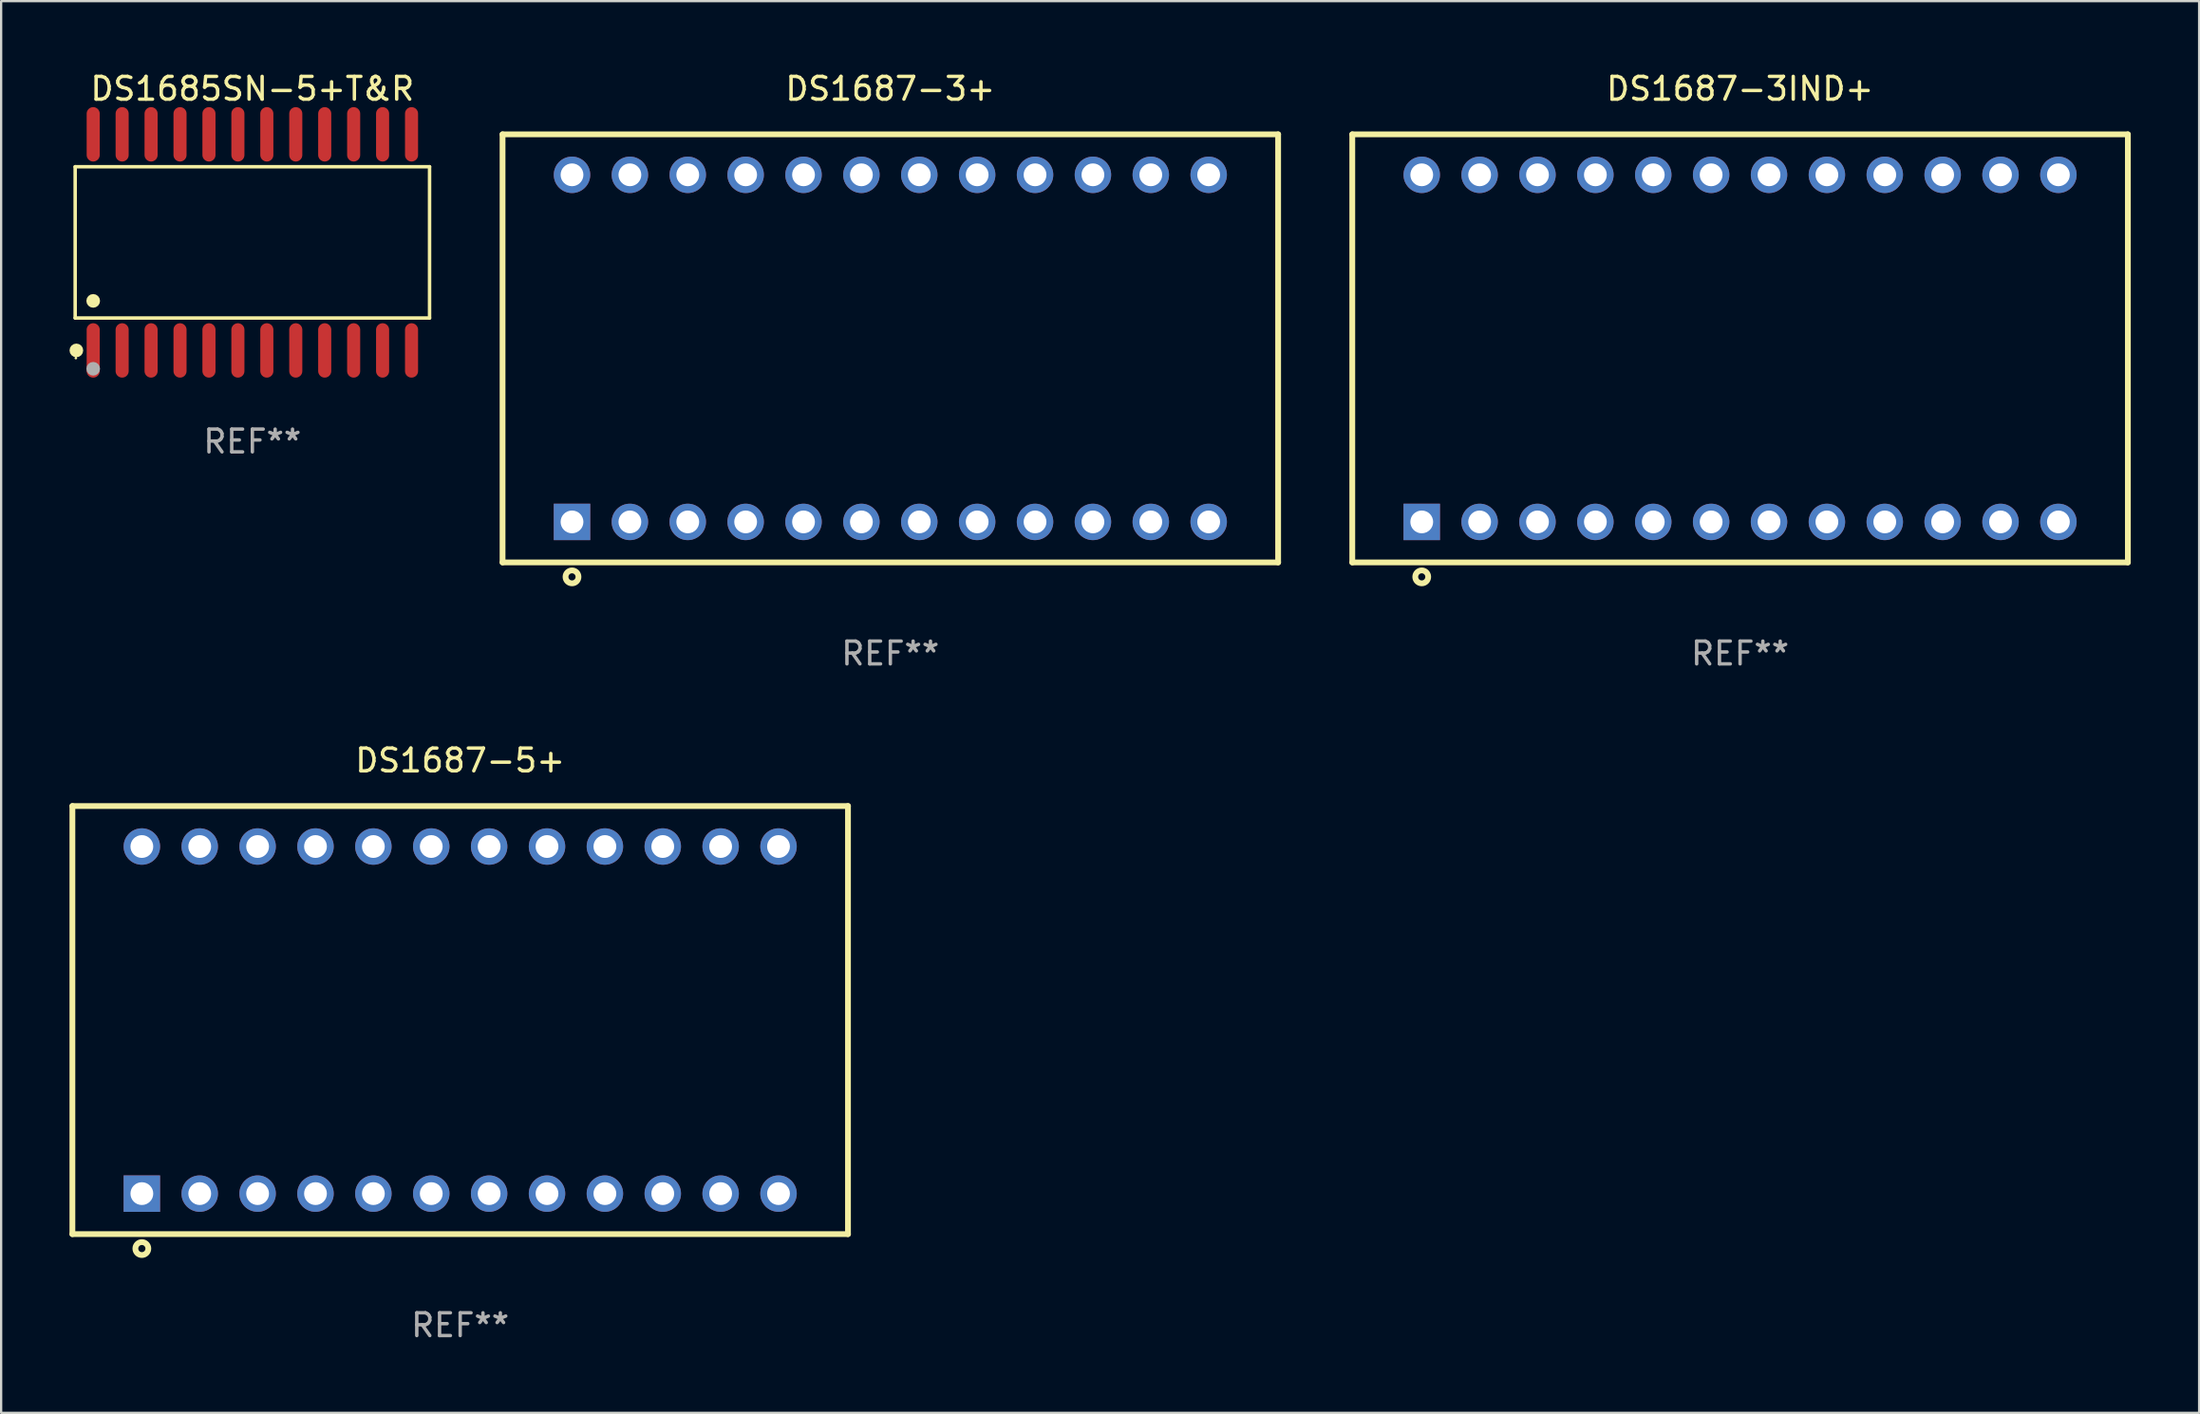
<source format=kicad_pcb>
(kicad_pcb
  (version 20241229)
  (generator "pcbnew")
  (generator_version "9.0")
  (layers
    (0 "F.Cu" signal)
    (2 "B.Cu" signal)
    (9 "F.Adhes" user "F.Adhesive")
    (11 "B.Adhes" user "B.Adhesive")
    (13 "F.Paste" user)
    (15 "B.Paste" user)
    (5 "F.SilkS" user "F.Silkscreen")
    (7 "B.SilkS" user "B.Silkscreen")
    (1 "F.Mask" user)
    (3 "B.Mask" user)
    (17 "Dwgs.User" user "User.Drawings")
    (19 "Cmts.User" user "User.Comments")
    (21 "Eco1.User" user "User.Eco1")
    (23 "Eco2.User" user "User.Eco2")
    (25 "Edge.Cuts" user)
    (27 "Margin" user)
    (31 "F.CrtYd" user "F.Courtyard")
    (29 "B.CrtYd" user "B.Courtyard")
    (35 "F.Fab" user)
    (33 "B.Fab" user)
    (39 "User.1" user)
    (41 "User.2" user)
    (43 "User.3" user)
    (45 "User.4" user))
  (footprint "DS1687-5+"
    (layer "F.Cu")
    (at 17.145 41.739)
    (property "Reference" "DS1687-5+" (at 0 -11.398 0) (layer "F.SilkS") (effects (font (size 1 1) (thickness 0.15))))
    (attr through_hole)
    (fp_line (start -17.018 -9.398) (end -17.018 9.398) (stroke (width 0.254) (type solid)) (layer "F.SilkS"))
    (fp_line (start -17.018 -9.398) (end 17.018 -9.398) (stroke (width 0.254) (type solid)) (layer "F.SilkS"))
    (fp_line (start -17.018 9.398) (end 17.018 9.398) (stroke (width 0.254) (type solid)) (layer "F.SilkS"))
    (fp_line (start 17.018 -9.398) (end 17.018 9.398) (stroke (width 0.254) (type solid)) (layer "F.SilkS"))
    (fp_circle (center -13.97 10.033) (end -13.686 10.033) (stroke (width 0.254) (type solid)) (fill no) (layer "F.SilkS"))
    (fp_text user "REF**" (at 0 13.398 0) (layer "F.Fab") (effects (font (size 1 1) (thickness 0.15))))
    (pad "1" thru_hole rect (at -13.97 7.62) (size 1.6 1.6) (drill 1) (layers "*.Cu" "*.Mask"))
    (pad "2" thru_hole circle (at -11.43 7.62) (size 1.6 1.6) (drill 1) (layers "*.Cu" "*.Mask"))
    (pad "3" thru_hole circle (at -8.89 7.62) (size 1.6 1.6) (drill 1) (layers "*.Cu" "*.Mask"))
    (pad "4" thru_hole circle (at -6.35 7.62) (size 1.6 1.6) (drill 1) (layers "*.Cu" "*.Mask"))
    (pad "5" thru_hole circle (at -3.81 7.62) (size 1.6 1.6) (drill 1) (layers "*.Cu" "*.Mask"))
    (pad "6" thru_hole circle (at -1.27 7.62) (size 1.6 1.6) (drill 1) (layers "*.Cu" "*.Mask"))
    (pad "7" thru_hole circle (at 1.27 7.62) (size 1.6 1.6) (drill 1) (layers "*.Cu" "*.Mask"))
    (pad "8" thru_hole circle (at 3.81 7.62) (size 1.6 1.6) (drill 1) (layers "*.Cu" "*.Mask"))
    (pad "9" thru_hole circle (at 6.35 7.62) (size 1.6 1.6) (drill 1) (layers "*.Cu" "*.Mask"))
    (pad "10" thru_hole circle (at 8.89 7.62) (size 1.6 1.6) (drill 1) (layers "*.Cu" "*.Mask"))
    (pad "11" thru_hole circle (at 11.43 7.62) (size 1.6 1.6) (drill 1) (layers "*.Cu" "*.Mask"))
    (pad "12" thru_hole circle (at 13.97 7.62) (size 1.6 1.6) (drill 1) (layers "*.Cu" "*.Mask"))
    (pad "13" thru_hole circle (at 13.97 -7.62) (size 1.6 1.6) (drill 1) (layers "*.Cu" "*.Mask"))
    (pad "14" thru_hole circle (at 11.43 -7.62) (size 1.6 1.6) (drill 1) (layers "*.Cu" "*.Mask"))
    (pad "15" thru_hole circle (at 8.89 -7.62) (size 1.6 1.6) (drill 1) (layers "*.Cu" "*.Mask"))
    (pad "16" thru_hole circle (at 6.35 -7.62) (size 1.6 1.6) (drill 1) (layers "*.Cu" "*.Mask"))
    (pad "17" thru_hole circle (at 3.81 -7.62) (size 1.6 1.6) (drill 1) (layers "*.Cu" "*.Mask"))
    (pad "18" thru_hole circle (at 1.27 -7.62) (size 1.6 1.6) (drill 1) (layers "*.Cu" "*.Mask"))
    (pad "19" thru_hole circle (at -1.27 -7.62) (size 1.6 1.6) (drill 1) (layers "*.Cu" "*.Mask"))
    (pad "20" thru_hole circle (at -3.81 -7.62) (size 1.6 1.6) (drill 1) (layers "*.Cu" "*.Mask"))
    (pad "21" thru_hole circle (at -6.35 -7.62) (size 1.6 1.6) (drill 1) (layers "*.Cu" "*.Mask"))
    (pad "22" thru_hole circle (at -8.89 -7.62) (size 1.6 1.6) (drill 1) (layers "*.Cu" "*.Mask"))
    (pad "23" thru_hole circle (at -11.43 -7.62) (size 1.6 1.6) (drill 1) (layers "*.Cu" "*.Mask"))
    (pad "24" thru_hole circle (at -13.97 -7.62) (size 1.6 1.6) (drill 1) (layers "*.Cu" "*.Mask")))
  (footprint "DS1687-3+"
    (layer "F.Cu")
    (at 36.022 12.246)
    (property "Reference" "DS1687-3+" (at 0 -11.398 0) (layer "F.SilkS") (effects (font (size 1 1) (thickness 0.15))))
    (attr through_hole)
    (fp_line (start -17.018 -9.398) (end -17.018 9.398) (stroke (width 0.254) (type solid)) (layer "F.SilkS"))
    (fp_line (start -17.018 -9.398) (end 17.018 -9.398) (stroke (width 0.254) (type solid)) (layer "F.SilkS"))
    (fp_line (start -17.018 9.398) (end 17.018 9.398) (stroke (width 0.254) (type solid)) (layer "F.SilkS"))
    (fp_line (start 17.018 -9.398) (end 17.018 9.398) (stroke (width 0.254) (type solid)) (layer "F.SilkS"))
    (fp_circle (center -13.97 10.033) (end -13.686 10.033) (stroke (width 0.254) (type solid)) (fill no) (layer "F.SilkS"))
    (fp_text user "REF**" (at 0 13.398 0) (layer "F.Fab") (effects (font (size 1 1) (thickness 0.15))))
    (pad "1" thru_hole rect (at -13.97 7.62) (size 1.6 1.6) (drill 1) (layers "*.Cu" "*.Mask"))
    (pad "2" thru_hole circle (at -11.43 7.62) (size 1.6 1.6) (drill 1) (layers "*.Cu" "*.Mask"))
    (pad "3" thru_hole circle (at -8.89 7.62) (size 1.6 1.6) (drill 1) (layers "*.Cu" "*.Mask"))
    (pad "4" thru_hole circle (at -6.35 7.62) (size 1.6 1.6) (drill 1) (layers "*.Cu" "*.Mask"))
    (pad "5" thru_hole circle (at -3.81 7.62) (size 1.6 1.6) (drill 1) (layers "*.Cu" "*.Mask"))
    (pad "6" thru_hole circle (at -1.27 7.62) (size 1.6 1.6) (drill 1) (layers "*.Cu" "*.Mask"))
    (pad "7" thru_hole circle (at 1.27 7.62) (size 1.6 1.6) (drill 1) (layers "*.Cu" "*.Mask"))
    (pad "8" thru_hole circle (at 3.81 7.62) (size 1.6 1.6) (drill 1) (layers "*.Cu" "*.Mask"))
    (pad "9" thru_hole circle (at 6.35 7.62) (size 1.6 1.6) (drill 1) (layers "*.Cu" "*.Mask"))
    (pad "10" thru_hole circle (at 8.89 7.62) (size 1.6 1.6) (drill 1) (layers "*.Cu" "*.Mask"))
    (pad "11" thru_hole circle (at 11.43 7.62) (size 1.6 1.6) (drill 1) (layers "*.Cu" "*.Mask"))
    (pad "12" thru_hole circle (at 13.97 7.62) (size 1.6 1.6) (drill 1) (layers "*.Cu" "*.Mask"))
    (pad "13" thru_hole circle (at 13.97 -7.62) (size 1.6 1.6) (drill 1) (layers "*.Cu" "*.Mask"))
    (pad "14" thru_hole circle (at 11.43 -7.62) (size 1.6 1.6) (drill 1) (layers "*.Cu" "*.Mask"))
    (pad "15" thru_hole circle (at 8.89 -7.62) (size 1.6 1.6) (drill 1) (layers "*.Cu" "*.Mask"))
    (pad "16" thru_hole circle (at 6.35 -7.62) (size 1.6 1.6) (drill 1) (layers "*.Cu" "*.Mask"))
    (pad "17" thru_hole circle (at 3.81 -7.62) (size 1.6 1.6) (drill 1) (layers "*.Cu" "*.Mask"))
    (pad "18" thru_hole circle (at 1.27 -7.62) (size 1.6 1.6) (drill 1) (layers "*.Cu" "*.Mask"))
    (pad "19" thru_hole circle (at -1.27 -7.62) (size 1.6 1.6) (drill 1) (layers "*.Cu" "*.Mask"))
    (pad "20" thru_hole circle (at -3.81 -7.62) (size 1.6 1.6) (drill 1) (layers "*.Cu" "*.Mask"))
    (pad "21" thru_hole circle (at -6.35 -7.62) (size 1.6 1.6) (drill 1) (layers "*.Cu" "*.Mask"))
    (pad "22" thru_hole circle (at -8.89 -7.62) (size 1.6 1.6) (drill 1) (layers "*.Cu" "*.Mask"))
    (pad "23" thru_hole circle (at -11.43 -7.62) (size 1.6 1.6) (drill 1) (layers "*.Cu" "*.Mask"))
    (pad "24" thru_hole circle (at -13.97 -7.62) (size 1.6 1.6) (drill 1) (layers "*.Cu" "*.Mask")))
  (footprint "DS1685SN-5+T&R"
    (layer "F.Cu")
    (at 8.025 7.592)
    (property "Reference" "DS1685SN-5+T&R" (at 0 -6.744 0) (layer "F.SilkS") (effects (font (size 1 1) (thickness 0.15))))
    (attr through_hole)
    (fp_line (start -7.776 -3.321) (end 7.776 -3.321) (stroke (width 0.152) (type solid)) (layer "F.SilkS"))
    (fp_line (start -7.776 3.321) (end -7.776 -3.321) (stroke (width 0.152) (type solid)) (layer "F.SilkS"))
    (fp_line (start 7.776 -3.321) (end 7.776 3.321) (stroke (width 0.152) (type solid)) (layer "F.SilkS"))
    (fp_line (start 7.776 3.321) (end -7.776 3.321) (stroke (width 0.152) (type solid)) (layer "F.SilkS"))
    (fp_circle (center -7.747 5.08) (end -7.717 5.08) (stroke (width 0.06) (type solid)) (fill no) (layer "F.SilkS"))
    (fp_circle (center -7.724 4.744) (end -7.574 4.744) (stroke (width 0.3) (type solid)) (fill no) (layer "F.SilkS"))
    (fp_circle (center -6.985 2.569) (end -6.835 2.569) (stroke (width 0.3) (type solid)) (fill no) (layer "F.SilkS"))
    (fp_circle (center -6.985 5.55) (end -6.835 5.55) (stroke (width 0.3) (type solid)) (fill no) (layer "F.Fab"))
    (fp_text user "REF**" (at 0 8.744 0) (layer "F.Fab") (effects (font (size 1 1) (thickness 0.15))))
    (pad "1" smd oval (at -6.985 4.744) (size 0.574 2.388) (layers "F.Cu" "F.Mask" "F.Paste"))
    (pad "2" smd oval (at -5.715 4.744) (size 0.574 2.388) (layers "F.Cu" "F.Mask" "F.Paste"))
    (pad "3" smd oval (at -4.445 4.744) (size 0.574 2.388) (layers "F.Cu" "F.Mask" "F.Paste"))
    (pad "4" smd oval (at -3.175 4.744) (size 0.574 2.388) (layers "F.Cu" "F.Mask" "F.Paste"))
    (pad "5" smd oval (at -1.905 4.744) (size 0.574 2.388) (layers "F.Cu" "F.Mask" "F.Paste"))
    (pad "6" smd oval (at -0.635 4.744) (size 0.574 2.388) (layers "F.Cu" "F.Mask" "F.Paste"))
    (pad "7" smd oval (at 0.635 4.744) (size 0.574 2.388) (layers "F.Cu" "F.Mask" "F.Paste"))
    (pad "8" smd oval (at 1.905 4.744) (size 0.574 2.388) (layers "F.Cu" "F.Mask" "F.Paste"))
    (pad "9" smd oval (at 3.175 4.744) (size 0.574 2.388) (layers "F.Cu" "F.Mask" "F.Paste"))
    (pad "10" smd oval (at 4.445 4.744) (size 0.574 2.388) (layers "F.Cu" "F.Mask" "F.Paste"))
    (pad "11" smd oval (at 5.715 4.744) (size 0.574 2.388) (layers "F.Cu" "F.Mask" "F.Paste"))
    (pad "12" smd oval (at 6.985 4.744) (size 0.574 2.388) (layers "F.Cu" "F.Mask" "F.Paste"))
    (pad "13" smd oval (at 6.985 -4.744) (size 0.574 2.388) (layers "F.Cu" "F.Mask" "F.Paste"))
    (pad "14" smd oval (at 5.715 -4.744) (size 0.574 2.388) (layers "F.Cu" "F.Mask" "F.Paste"))
    (pad "15" smd oval (at 4.445 -4.744) (size 0.574 2.388) (layers "F.Cu" "F.Mask" "F.Paste"))
    (pad "16" smd oval (at 3.175 -4.744) (size 0.574 2.388) (layers "F.Cu" "F.Mask" "F.Paste"))
    (pad "17" smd oval (at 1.905 -4.744) (size 0.574 2.388) (layers "F.Cu" "F.Mask" "F.Paste"))
    (pad "18" smd oval (at 0.635 -4.744) (size 0.574 2.388) (layers "F.Cu" "F.Mask" "F.Paste"))
    (pad "19" smd oval (at -0.635 -4.744) (size 0.574 2.388) (layers "F.Cu" "F.Mask" "F.Paste"))
    (pad "20" smd oval (at -1.905 -4.744) (size 0.574 2.388) (layers "F.Cu" "F.Mask" "F.Paste"))
    (pad "21" smd oval (at -3.175 -4.744) (size 0.574 2.388) (layers "F.Cu" "F.Mask" "F.Paste"))
    (pad "22" smd oval (at -4.445 -4.744) (size 0.574 2.388) (layers "F.Cu" "F.Mask" "F.Paste"))
    (pad "23" smd oval (at -5.715 -4.744) (size 0.574 2.388) (layers "F.Cu" "F.Mask" "F.Paste"))
    (pad "24" smd oval (at -6.985 -4.744) (size 0.574 2.388) (layers "F.Cu" "F.Mask" "F.Paste")))
  (footprint "DS1687-3IND+"
    (layer "F.Cu")
    (at 73.312 12.246)
    (property "Reference" "DS1687-3IND+" (at 0 -11.398 0) (layer "F.SilkS") (effects (font (size 1 1) (thickness 0.15))))
    (attr through_hole)
    (fp_line (start -17.018 -9.398) (end -17.018 9.398) (stroke (width 0.254) (type solid)) (layer "F.SilkS"))
    (fp_line (start -17.018 -9.398) (end 17.018 -9.398) (stroke (width 0.254) (type solid)) (layer "F.SilkS"))
    (fp_line (start -17.018 9.398) (end 17.018 9.398) (stroke (width 0.254) (type solid)) (layer "F.SilkS"))
    (fp_line (start 17.018 -9.398) (end 17.018 9.398) (stroke (width 0.254) (type solid)) (layer "F.SilkS"))
    (fp_circle (center -13.97 10.033) (end -13.686 10.033) (stroke (width 0.254) (type solid)) (fill no) (layer "F.SilkS"))
    (fp_text user "REF**" (at 0 13.398 0) (layer "F.Fab") (effects (font (size 1 1) (thickness 0.15))))
    (pad "1" thru_hole rect (at -13.97 7.62) (size 1.6 1.6) (drill 1) (layers "*.Cu" "*.Mask"))
    (pad "2" thru_hole circle (at -11.43 7.62) (size 1.6 1.6) (drill 1) (layers "*.Cu" "*.Mask"))
    (pad "3" thru_hole circle (at -8.89 7.62) (size 1.6 1.6) (drill 1) (layers "*.Cu" "*.Mask"))
    (pad "4" thru_hole circle (at -6.35 7.62) (size 1.6 1.6) (drill 1) (layers "*.Cu" "*.Mask"))
    (pad "5" thru_hole circle (at -3.81 7.62) (size 1.6 1.6) (drill 1) (layers "*.Cu" "*.Mask"))
    (pad "6" thru_hole circle (at -1.27 7.62) (size 1.6 1.6) (drill 1) (layers "*.Cu" "*.Mask"))
    (pad "7" thru_hole circle (at 1.27 7.62) (size 1.6 1.6) (drill 1) (layers "*.Cu" "*.Mask"))
    (pad "8" thru_hole circle (at 3.81 7.62) (size 1.6 1.6) (drill 1) (layers "*.Cu" "*.Mask"))
    (pad "9" thru_hole circle (at 6.35 7.62) (size 1.6 1.6) (drill 1) (layers "*.Cu" "*.Mask"))
    (pad "10" thru_hole circle (at 8.89 7.62) (size 1.6 1.6) (drill 1) (layers "*.Cu" "*.Mask"))
    (pad "11" thru_hole circle (at 11.43 7.62) (size 1.6 1.6) (drill 1) (layers "*.Cu" "*.Mask"))
    (pad "12" thru_hole circle (at 13.97 7.62) (size 1.6 1.6) (drill 1) (layers "*.Cu" "*.Mask"))
    (pad "13" thru_hole circle (at 13.97 -7.62) (size 1.6 1.6) (drill 1) (layers "*.Cu" "*.Mask"))
    (pad "14" thru_hole circle (at 11.43 -7.62) (size 1.6 1.6) (drill 1) (layers "*.Cu" "*.Mask"))
    (pad "15" thru_hole circle (at 8.89 -7.62) (size 1.6 1.6) (drill 1) (layers "*.Cu" "*.Mask"))
    (pad "16" thru_hole circle (at 6.35 -7.62) (size 1.6 1.6) (drill 1) (layers "*.Cu" "*.Mask"))
    (pad "17" thru_hole circle (at 3.81 -7.62) (size 1.6 1.6) (drill 1) (layers "*.Cu" "*.Mask"))
    (pad "18" thru_hole circle (at 1.27 -7.62) (size 1.6 1.6) (drill 1) (layers "*.Cu" "*.Mask"))
    (pad "19" thru_hole circle (at -1.27 -7.62) (size 1.6 1.6) (drill 1) (layers "*.Cu" "*.Mask"))
    (pad "20" thru_hole circle (at -3.81 -7.62) (size 1.6 1.6) (drill 1) (layers "*.Cu" "*.Mask"))
    (pad "21" thru_hole circle (at -6.35 -7.62) (size 1.6 1.6) (drill 1) (layers "*.Cu" "*.Mask"))
    (pad "22" thru_hole circle (at -8.89 -7.62) (size 1.6 1.6) (drill 1) (layers "*.Cu" "*.Mask"))
    (pad "23" thru_hole circle (at -11.43 -7.62) (size 1.6 1.6) (drill 1) (layers "*.Cu" "*.Mask"))
    (pad "24" thru_hole circle (at -13.97 -7.62) (size 1.6 1.6) (drill 1) (layers "*.Cu" "*.Mask")))
  (gr_rect
    (start -3 -3)
    (end 93.457 58.985)
    (stroke (width 0.1) (type default))
    (fill no)
    (layer "Edge.Cuts")))
</source>
